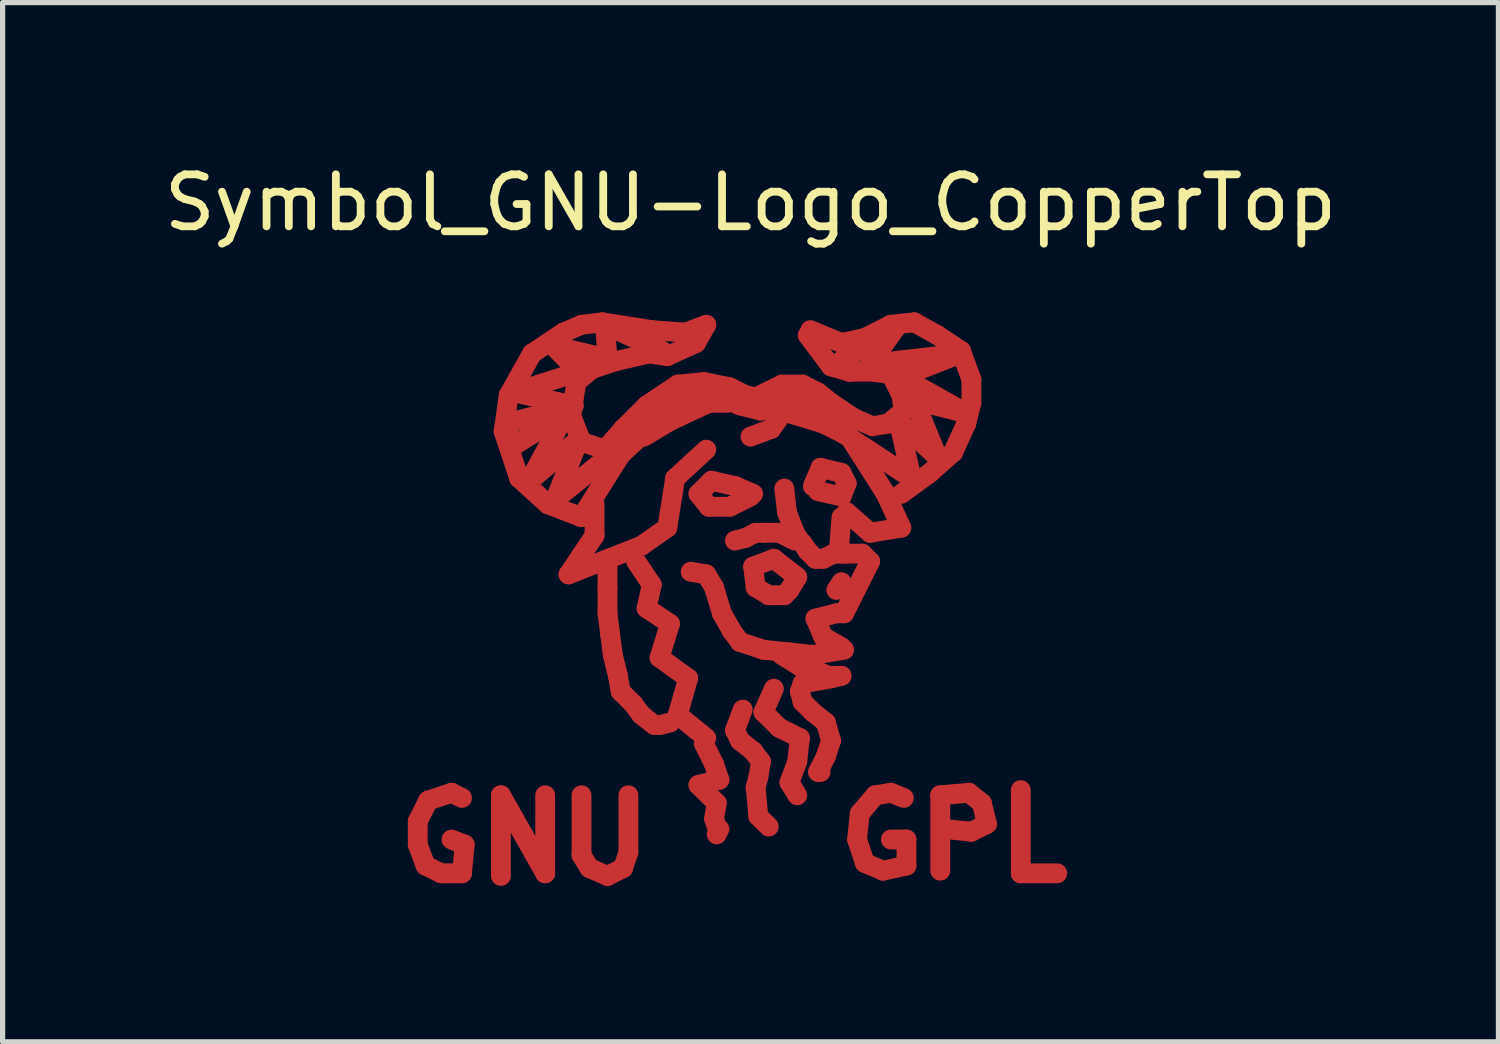
<source format=kicad_pcb>
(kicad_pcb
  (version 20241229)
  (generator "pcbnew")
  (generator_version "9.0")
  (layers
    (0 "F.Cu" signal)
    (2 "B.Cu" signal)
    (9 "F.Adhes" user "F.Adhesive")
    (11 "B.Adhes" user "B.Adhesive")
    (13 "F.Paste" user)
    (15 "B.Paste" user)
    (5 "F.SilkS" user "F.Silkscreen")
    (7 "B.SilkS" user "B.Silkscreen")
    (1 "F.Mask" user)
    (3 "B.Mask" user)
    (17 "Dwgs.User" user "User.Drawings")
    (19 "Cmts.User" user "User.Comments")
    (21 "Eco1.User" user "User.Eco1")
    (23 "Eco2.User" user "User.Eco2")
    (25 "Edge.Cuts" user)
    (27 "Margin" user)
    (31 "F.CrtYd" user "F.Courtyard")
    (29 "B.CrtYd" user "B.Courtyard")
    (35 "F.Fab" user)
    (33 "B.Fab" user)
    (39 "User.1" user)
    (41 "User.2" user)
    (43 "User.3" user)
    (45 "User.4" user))
  (footprint "Symbol_GNU-Logo_CopperTop"
    (layer "F.Cu")
    (at 11.387 6.899)
    (property "Reference" "Symbol_GNU-Logo_CopperTop" (at 0 -6.05 0) (layer "F.SilkS") (effects (font (size 1 1) (thickness 0.15))))
    (attr exclude_from_pos_files exclude_from_bom allow_missing_courtyard)
    (fp_line (start -6.401 5.85) (end -6.401 6.299) (stroke (width 0.381) (type solid)) (layer "F.Cu"))
    (fp_line (start -6.401 6.299) (end -6.251 6.701) (stroke (width 0.381) (type solid)) (layer "F.Cu"))
    (fp_line (start -6.251 6.701) (end -5.951 6.85) (stroke (width 0.381) (type solid)) (layer "F.Cu"))
    (fp_line (start -6.2 5.451) (end -6.401 5.85) (stroke (width 0.381) (type solid)) (layer "F.Cu"))
    (fp_line (start -5.951 6.85) (end -5.55 6.85) (stroke (width 0.381) (type solid)) (layer "F.Cu"))
    (fp_line (start -5.751 5.301) (end -6.2 5.451) (stroke (width 0.381) (type solid)) (layer "F.Cu"))
    (fp_line (start -5.55 5.4) (end -5.751 5.301) (stroke (width 0.381) (type solid)) (layer "F.Cu"))
    (fp_line (start -5.55 6.85) (end -5.499 6.299) (stroke (width 0.381) (type solid)) (layer "F.Cu"))
    (fp_line (start -5.499 6.299) (end -5.751 6.2) (stroke (width 0.381) (type solid)) (layer "F.Cu"))
    (fp_line (start -4.801 5.349) (end -3.95 6.85) (stroke (width 0.381) (type solid)) (layer "F.Cu"))
    (fp_line (start -4.801 6.901) (end -4.801 5.349) (stroke (width 0.381) (type solid)) (layer "F.Cu"))
    (fp_line (start -4.75 -1.651) (end -4.45 -0.749) (stroke (width 0.381) (type solid)) (layer "F.Cu"))
    (fp_line (start -4.699 -1.801) (end -3.401 -2.149) (stroke (width 0.381) (type solid)) (layer "F.Cu"))
    (fp_line (start -4.651 -2.349) (end -4.75 -1.651) (stroke (width 0.381) (type solid)) (layer "F.Cu"))
    (fp_line (start -4.6 -1.349) (end -4.699 -1.801) (stroke (width 0.381) (type solid)) (layer "F.Cu"))
    (fp_line (start -4.549 -2.4) (end -3.299 -2.799) (stroke (width 0.381) (type solid)) (layer "F.Cu"))
    (fp_line (start -4.45 -0.749) (end -3.899 -0.249) (stroke (width 0.381) (type solid)) (layer "F.Cu"))
    (fp_line (start -4.249 -0.701) (end -3.551 -1.999) (stroke (width 0.381) (type solid)) (layer "F.Cu"))
    (fp_line (start -4.201 -3.15) (end -4.651 -2.349) (stroke (width 0.381) (type solid)) (layer "F.Cu"))
    (fp_line (start -3.95 6.85) (end -3.95 5.349) (stroke (width 0.381) (type solid)) (layer "F.Cu"))
    (fp_line (start -3.899 -0.249) (end -3.251 0) (stroke (width 0.381) (type solid)) (layer "F.Cu"))
    (fp_line (start -3.8 -3.299) (end -2.751 -3.051) (stroke (width 0.381) (type solid)) (layer "F.Cu"))
    (fp_line (start -3.749 -0.351) (end -3.299 -1.501) (stroke (width 0.381) (type solid)) (layer "F.Cu"))
    (fp_line (start -3.599 -3.551) (end -4.201 -3.15) (stroke (width 0.381) (type solid)) (layer "F.Cu"))
    (fp_line (start -3.551 -1.999) (end -4.6 -1.349) (stroke (width 0.381) (type solid)) (layer "F.Cu"))
    (fp_line (start -3.5 1.1) (end -2.101 0.551) (stroke (width 0.381) (type solid)) (layer "F.Cu"))
    (fp_line (start -3.449 -1.951) (end -3.35 -2.601) (stroke (width 0.381) (type solid)) (layer "F.Cu"))
    (fp_line (start -3.401 -2.149) (end -4.549 -2.4) (stroke (width 0.381) (type solid)) (layer "F.Cu"))
    (fp_line (start -3.35 -2.601) (end -3.051 -2.85) (stroke (width 0.381) (type solid)) (layer "F.Cu"))
    (fp_line (start -3.299 -2.799) (end -3.8 -3.299) (stroke (width 0.381) (type solid)) (layer "F.Cu"))
    (fp_line (start -3.299 -1.501) (end -4.249 -0.701) (stroke (width 0.381) (type solid)) (layer "F.Cu"))
    (fp_line (start -3.251 -3.701) (end -3.599 -3.551) (stroke (width 0.381) (type solid)) (layer "F.Cu"))
    (fp_line (start -3.251 -1.45) (end -3.449 -1.951) (stroke (width 0.381) (type solid)) (layer "F.Cu"))
    (fp_line (start -3.251 0) (end -2.499 -1.199) (stroke (width 0.381) (type solid)) (layer "F.Cu"))
    (fp_line (start -3.251 5.349) (end -3.251 6.5) (stroke (width 0.381) (type solid)) (layer "F.Cu"))
    (fp_line (start -3.251 6.5) (end -3.099 6.749) (stroke (width 0.381) (type solid)) (layer "F.Cu"))
    (fp_line (start -3.099 6.749) (end -2.751 6.901) (stroke (width 0.381) (type solid)) (layer "F.Cu"))
    (fp_line (start -3.051 -2.85) (end -2.601 -3) (stroke (width 0.381) (type solid)) (layer "F.Cu"))
    (fp_line (start -3 -0.249) (end -3 0.351) (stroke (width 0.381) (type solid)) (layer "F.Cu"))
    (fp_line (start -3 0.351) (end -3.5 1.1) (stroke (width 0.381) (type solid)) (layer "F.Cu"))
    (fp_line (start -2.85 -3.749) (end -3.251 -3.701) (stroke (width 0.381) (type solid)) (layer "F.Cu"))
    (fp_line (start -2.799 -3.701) (end -1.699 -3.2) (stroke (width 0.381) (type solid)) (layer "F.Cu"))
    (fp_line (start -2.799 -1.3) (end -3.251 -1.45) (stroke (width 0.381) (type solid)) (layer "F.Cu"))
    (fp_line (start -2.751 -3.051) (end -2.799 -3.701) (stroke (width 0.381) (type solid)) (layer "F.Cu"))
    (fp_line (start -2.751 -1.151) (end -3.749 -0.351) (stroke (width 0.381) (type solid)) (layer "F.Cu"))
    (fp_line (start -2.751 1.349) (end -2.751 0.851) (stroke (width 0.381) (type solid)) (layer "F.Cu"))
    (fp_line (start -2.751 1.849) (end -2.751 1.349) (stroke (width 0.381) (type solid)) (layer "F.Cu"))
    (fp_line (start -2.751 6.901) (end -2.451 6.749) (stroke (width 0.381) (type solid)) (layer "F.Cu"))
    (fp_line (start -2.7 2.25) (end -2.751 1.849) (stroke (width 0.381) (type solid)) (layer "F.Cu"))
    (fp_line (start -2.649 2.649) (end -2.7 2.25) (stroke (width 0.381) (type solid)) (layer "F.Cu"))
    (fp_line (start -2.601 -3) (end -1.951 -3.15) (stroke (width 0.381) (type solid)) (layer "F.Cu"))
    (fp_line (start -2.55 3.051) (end -2.649 2.649) (stroke (width 0.381) (type solid)) (layer "F.Cu"))
    (fp_line (start -2.499 -1.199) (end -1.801 -1.849) (stroke (width 0.381) (type solid)) (layer "F.Cu"))
    (fp_line (start -2.499 3.35) (end -2.55 3.051) (stroke (width 0.381) (type solid)) (layer "F.Cu"))
    (fp_line (start -2.451 -1.699) (end -2.799 -1.3) (stroke (width 0.381) (type solid)) (layer "F.Cu"))
    (fp_line (start -2.451 6.749) (end -2.349 6.449) (stroke (width 0.381) (type solid)) (layer "F.Cu"))
    (fp_line (start -2.349 6.449) (end -2.349 5.349) (stroke (width 0.381) (type solid)) (layer "F.Cu"))
    (fp_line (start -2.25 3.599) (end -2.499 3.35) (stroke (width 0.381) (type solid)) (layer "F.Cu"))
    (fp_line (start -2.2 0.851) (end -1.9 1.3) (stroke (width 0.381) (type solid)) (layer "F.Cu"))
    (fp_line (start -2.101 0.551) (end -1.6 0.201) (stroke (width 0.381) (type solid)) (layer "F.Cu"))
    (fp_line (start -2.101 3.8) (end -2.25 3.599) (stroke (width 0.381) (type solid)) (layer "F.Cu"))
    (fp_line (start -2.05 -1.549) (end -1.549 -1.849) (stroke (width 0.381) (type solid)) (layer "F.Cu"))
    (fp_line (start -1.999 -2.149) (end -2.451 -1.699) (stroke (width 0.381) (type solid)) (layer "F.Cu"))
    (fp_line (start -1.999 1.75) (end -1.549 2.05) (stroke (width 0.381) (type solid)) (layer "F.Cu"))
    (fp_line (start -1.951 -3.15) (end -1.6 -3.099) (stroke (width 0.381) (type solid)) (layer "F.Cu"))
    (fp_line (start -1.9 -3.599) (end -2.85 -3.749) (stroke (width 0.381) (type solid)) (layer "F.Cu"))
    (fp_line (start -1.9 1.3) (end -1.999 1.75) (stroke (width 0.381) (type solid)) (layer "F.Cu"))
    (fp_line (start -1.849 4) (end -2.101 3.8) (stroke (width 0.381) (type solid)) (layer "F.Cu"))
    (fp_line (start -1.801 -1.849) (end -1.199 -2.301) (stroke (width 0.381) (type solid)) (layer "F.Cu"))
    (fp_line (start -1.75 2.7) (end -1.199 3.099) (stroke (width 0.381) (type solid)) (layer "F.Cu"))
    (fp_line (start -1.75 4) (end -1.549 3.95) (stroke (width 0.381) (type solid)) (layer "F.Cu"))
    (fp_line (start -1.6 -3.099) (end -1.049 -3.35) (stroke (width 0.381) (type solid)) (layer "F.Cu"))
    (fp_line (start -1.6 0.201) (end -1.45 -0.749) (stroke (width 0.381) (type solid)) (layer "F.Cu"))
    (fp_line (start -1.549 -1.849) (end -0.8 -2.2) (stroke (width 0.381) (type solid)) (layer "F.Cu"))
    (fp_line (start -1.549 2.05) (end -1.75 2.7) (stroke (width 0.381) (type solid)) (layer "F.Cu"))
    (fp_line (start -1.45 -0.749) (end -0.851 -1.3) (stroke (width 0.381) (type solid)) (layer "F.Cu"))
    (fp_line (start -1.4 -2.55) (end -1.999 -2.149) (stroke (width 0.381) (type solid)) (layer "F.Cu"))
    (fp_line (start -1.4 3.8) (end -0.851 4.249) (stroke (width 0.381) (type solid)) (layer "F.Cu"))
    (fp_line (start -1.25 -3.551) (end -1.9 -3.599) (stroke (width 0.381) (type solid)) (layer "F.Cu"))
    (fp_line (start -1.199 -2.301) (end -0.65 -2.349) (stroke (width 0.381) (type solid)) (layer "F.Cu"))
    (fp_line (start -1.199 3.099) (end -1.4 3.8) (stroke (width 0.381) (type solid)) (layer "F.Cu"))
    (fp_line (start -1.049 -3.35) (end -0.851 -3.701) (stroke (width 0.381) (type solid)) (layer "F.Cu"))
    (fp_line (start -1.001 -0.45) (end -0.8 -0.201) (stroke (width 0.381) (type solid)) (layer "F.Cu"))
    (fp_line (start -1.001 5.151) (end -0.65 5.499) (stroke (width 0.381) (type solid)) (layer "F.Cu"))
    (fp_line (start -0.899 -2.601) (end -1.4 -2.55) (stroke (width 0.381) (type solid)) (layer "F.Cu"))
    (fp_line (start -0.899 4.351) (end -0.701 4.75) (stroke (width 0.381) (type solid)) (layer "F.Cu"))
    (fp_line (start -0.851 -3.701) (end -1.25 -3.551) (stroke (width 0.381) (type solid)) (layer "F.Cu"))
    (fp_line (start -0.851 1.1) (end -1.151 1.049) (stroke (width 0.381) (type solid)) (layer "F.Cu"))
    (fp_line (start -0.8 -2.2) (end -0.45 -2.2) (stroke (width 0.381) (type solid)) (layer "F.Cu"))
    (fp_line (start -0.8 -0.201) (end -0.399 -0.201) (stroke (width 0.381) (type solid)) (layer "F.Cu"))
    (fp_line (start -0.749 -0.701) (end -1.001 -0.45) (stroke (width 0.381) (type solid)) (layer "F.Cu"))
    (fp_line (start -0.701 1.349) (end -0.851 1.1) (stroke (width 0.381) (type solid)) (layer "F.Cu"))
    (fp_line (start -0.701 4.75) (end -0.599 5.05) (stroke (width 0.381) (type solid)) (layer "F.Cu"))
    (fp_line (start -0.701 5.799) (end -0.65 5.951) (stroke (width 0.381) (type solid)) (layer "F.Cu"))
    (fp_line (start -0.65 -2.349) (end -0.201 -2.149) (stroke (width 0.381) (type solid)) (layer "F.Cu"))
    (fp_line (start -0.65 5.499) (end -0.701 5.799) (stroke (width 0.381) (type solid)) (layer "F.Cu"))
    (fp_line (start -0.599 5.05) (end -1.001 5.151) (stroke (width 0.381) (type solid)) (layer "F.Cu"))
    (fp_line (start -0.599 5.999) (end -0.65 6.101) (stroke (width 0.381) (type solid)) (layer "F.Cu"))
    (fp_line (start -0.551 1.849) (end -0.701 1.349) (stroke (width 0.381) (type solid)) (layer "F.Cu"))
    (fp_line (start -0.399 -2.499) (end -0.899 -2.601) (stroke (width 0.381) (type solid)) (layer "F.Cu"))
    (fp_line (start -0.399 -0.201) (end 0 -0.399) (stroke (width 0.381) (type solid)) (layer "F.Cu"))
    (fp_line (start -0.351 2.2) (end -0.551 1.849) (stroke (width 0.381) (type solid)) (layer "F.Cu"))
    (fp_line (start -0.3 -0.599) (end -0.749 -0.701) (stroke (width 0.381) (type solid)) (layer "F.Cu"))
    (fp_line (start -0.3 4.1) (end -0.201 4.3) (stroke (width 0.381) (type solid)) (layer "F.Cu"))
    (fp_line (start -0.201 -2.149) (end 0.201 -2.05) (stroke (width 0.381) (type solid)) (layer "F.Cu"))
    (fp_line (start -0.201 2.4) (end -0.351 2.2) (stroke (width 0.381) (type solid)) (layer "F.Cu"))
    (fp_line (start -0.201 4.3) (end 0.051 4.501) (stroke (width 0.381) (type solid)) (layer "F.Cu"))
    (fp_line (start -0.15 3.701) (end -0.3 4.1) (stroke (width 0.381) (type solid)) (layer "F.Cu"))
    (fp_line (start -0.099 -2.349) (end -0.399 -2.499) (stroke (width 0.381) (type solid)) (layer "F.Cu"))
    (fp_line (start -0.099 0.399) (end -0.3 0.45) (stroke (width 0.381) (type solid)) (layer "F.Cu"))
    (fp_line (start 0 -1.549) (end 0.399 -1.699) (stroke (width 0.381) (type solid)) (layer "F.Cu"))
    (fp_line (start 0.051 -0.45) (end -0.3 -0.599) (stroke (width 0.381) (type solid)) (layer "F.Cu"))
    (fp_line (start 0.051 0.95) (end 0.099 1.349) (stroke (width 0.381) (type solid)) (layer "F.Cu"))
    (fp_line (start 0.051 4.501) (end 0.201 4.699) (stroke (width 0.381) (type solid)) (layer "F.Cu"))
    (fp_line (start 0.099 -2.301) (end -0.099 -2.349) (stroke (width 0.381) (type solid)) (layer "F.Cu"))
    (fp_line (start 0.099 0.3) (end -0.099 0.399) (stroke (width 0.381) (type solid)) (layer "F.Cu"))
    (fp_line (start 0.099 1.349) (end 0.351 1.501) (stroke (width 0.381) (type solid)) (layer "F.Cu"))
    (fp_line (start 0.099 5.199) (end 0.15 5.751) (stroke (width 0.381) (type solid)) (layer "F.Cu"))
    (fp_line (start 0.15 5.001) (end 0.099 5.199) (stroke (width 0.381) (type solid)) (layer "F.Cu"))
    (fp_line (start 0.15 5.751) (end 0.351 5.951) (stroke (width 0.381) (type solid)) (layer "F.Cu"))
    (fp_line (start 0.201 -2.05) (end 0.65 -2.2) (stroke (width 0.381) (type solid)) (layer "F.Cu"))
    (fp_line (start 0.201 4.699) (end 0.15 5.001) (stroke (width 0.381) (type solid)) (layer "F.Cu"))
    (fp_line (start 0.249 0.3) (end 0.099 0.3) (stroke (width 0.381) (type solid)) (layer "F.Cu"))
    (fp_line (start 0.249 2.55) (end -0.201 2.4) (stroke (width 0.381) (type solid)) (layer "F.Cu"))
    (fp_line (start 0.249 3.749) (end 0.551 4.049) (stroke (width 0.381) (type solid)) (layer "F.Cu"))
    (fp_line (start 0.351 1.501) (end 0.65 1.501) (stroke (width 0.381) (type solid)) (layer "F.Cu"))
    (fp_line (start 0.399 -1.699) (end 0.65 -2.05) (stroke (width 0.381) (type solid)) (layer "F.Cu"))
    (fp_line (start 0.45 0.8) (end 0.051 0.95) (stroke (width 0.381) (type solid)) (layer "F.Cu"))
    (fp_line (start 0.45 3.299) (end 0.249 3.749) (stroke (width 0.381) (type solid)) (layer "F.Cu"))
    (fp_line (start 0.551 0.3) (end 0.249 0.3) (stroke (width 0.381) (type solid)) (layer "F.Cu"))
    (fp_line (start 0.551 4.049) (end 0.95 4.249) (stroke (width 0.381) (type solid)) (layer "F.Cu"))
    (fp_line (start 0.599 -2.55) (end 0.099 -2.301) (stroke (width 0.381) (type solid)) (layer "F.Cu"))
    (fp_line (start 0.599 2.649) (end 1.001 2.901) (stroke (width 0.381) (type solid)) (layer "F.Cu"))
    (fp_line (start 0.65 -2.2) (end 1.1 -2.101) (stroke (width 0.381) (type solid)) (layer "F.Cu"))
    (fp_line (start 0.65 -0.551) (end 0.701 -0.099) (stroke (width 0.381) (type solid)) (layer "F.Cu"))
    (fp_line (start 0.65 1.501) (end 0.749 1.4) (stroke (width 0.381) (type solid)) (layer "F.Cu"))
    (fp_line (start 0.701 -0.099) (end 0.851 0.3) (stroke (width 0.381) (type solid)) (layer "F.Cu"))
    (fp_line (start 0.749 -1.999) (end 1.4 -1.801) (stroke (width 0.381) (type solid)) (layer "F.Cu"))
    (fp_line (start 0.749 1.4) (end 0.899 1.151) (stroke (width 0.381) (type solid)) (layer "F.Cu"))
    (fp_line (start 0.749 2.601) (end 0.249 2.55) (stroke (width 0.381) (type solid)) (layer "F.Cu"))
    (fp_line (start 0.749 5.1) (end 0.899 5.349) (stroke (width 0.381) (type solid)) (layer "F.Cu"))
    (fp_line (start 0.851 -2.301) (end 1.1 -2.25) (stroke (width 0.381) (type solid)) (layer "F.Cu"))
    (fp_line (start 0.851 0.3) (end 0.95 0.45) (stroke (width 0.381) (type solid)) (layer "F.Cu"))
    (fp_line (start 0.851 0.45) (end 0.551 0.3) (stroke (width 0.381) (type solid)) (layer "F.Cu"))
    (fp_line (start 0.899 1.151) (end 0.45 0.8) (stroke (width 0.381) (type solid)) (layer "F.Cu"))
    (fp_line (start 0.899 4.699) (end 0.749 5.1) (stroke (width 0.381) (type solid)) (layer "F.Cu"))
    (fp_line (start 0.95 3.35) (end 1.001 3.551) (stroke (width 0.381) (type solid)) (layer "F.Cu"))
    (fp_line (start 0.95 4.249) (end 0.899 4.699) (stroke (width 0.381) (type solid)) (layer "F.Cu"))
    (fp_line (start 1.001 -2.55) (end 0.599 -2.55) (stroke (width 0.381) (type solid)) (layer "F.Cu"))
    (fp_line (start 1.001 0.5) (end 1.1 0.65) (stroke (width 0.381) (type solid)) (layer "F.Cu"))
    (fp_line (start 1.001 2.901) (end 1.25 2.901) (stroke (width 0.381) (type solid)) (layer "F.Cu"))
    (fp_line (start 1.001 3.2) (end 0.95 3.35) (stroke (width 0.381) (type solid)) (layer "F.Cu"))
    (fp_line (start 1.001 3.551) (end 1.199 3.749) (stroke (width 0.381) (type solid)) (layer "F.Cu"))
    (fp_line (start 1.1 -3.5) (end 1.549 -2.901) (stroke (width 0.381) (type solid)) (layer "F.Cu"))
    (fp_line (start 1.1 -2.101) (end 1.699 -1.801) (stroke (width 0.381) (type solid)) (layer "F.Cu"))
    (fp_line (start 1.1 0.65) (end 1.25 0.8) (stroke (width 0.381) (type solid)) (layer "F.Cu"))
    (fp_line (start 1.151 -3.599) (end 1.75 -3.35) (stroke (width 0.381) (type solid)) (layer "F.Cu"))
    (fp_line (start 1.199 -0.599) (end 1.349 -0.95) (stroke (width 0.381) (type solid)) (layer "F.Cu"))
    (fp_line (start 1.199 2.649) (end 0.749 2.601) (stroke (width 0.381) (type solid)) (layer "F.Cu"))
    (fp_line (start 1.199 3.749) (end 1.45 3.95) (stroke (width 0.381) (type solid)) (layer "F.Cu"))
    (fp_line (start 1.25 0.8) (end 1.4 0.8) (stroke (width 0.381) (type solid)) (layer "F.Cu"))
    (fp_line (start 1.25 1.951) (end 1.4 2.301) (stroke (width 0.381) (type solid)) (layer "F.Cu"))
    (fp_line (start 1.25 2.949) (end 1.501 3.051) (stroke (width 0.381) (type solid)) (layer "F.Cu"))
    (fp_line (start 1.3 -2.4) (end 1.001 -2.55) (stroke (width 0.381) (type solid)) (layer "F.Cu"))
    (fp_line (start 1.3 4.9) (end 1.349 4.9) (stroke (width 0.381) (type solid)) (layer "F.Cu"))
    (fp_line (start 1.349 -0.95) (end 1.75 -0.851) (stroke (width 0.381) (type solid)) (layer "F.Cu"))
    (fp_line (start 1.4 -1.801) (end 1.801 -1.6) (stroke (width 0.381) (type solid)) (layer "F.Cu"))
    (fp_line (start 1.4 0.8) (end 1.6 0.701) (stroke (width 0.381) (type solid)) (layer "F.Cu"))
    (fp_line (start 1.4 2.301) (end 1.75 2.499) (stroke (width 0.381) (type solid)) (layer "F.Cu"))
    (fp_line (start 1.45 3.95) (end 1.549 4.3) (stroke (width 0.381) (type solid)) (layer "F.Cu"))
    (fp_line (start 1.45 4.6) (end 1.3 4.9) (stroke (width 0.381) (type solid)) (layer "F.Cu"))
    (fp_line (start 1.501 3.051) (end 1.75 3.051) (stroke (width 0.381) (type solid)) (layer "F.Cu"))
    (fp_line (start 1.549 -2.901) (end 1.9 -2.799) (stroke (width 0.381) (type solid)) (layer "F.Cu"))
    (fp_line (start 1.549 -2.2) (end 1.3 -2.4) (stroke (width 0.381) (type solid)) (layer "F.Cu"))
    (fp_line (start 1.549 3.099) (end 1.001 3.2) (stroke (width 0.381) (type solid)) (layer "F.Cu"))
    (fp_line (start 1.549 4.3) (end 1.45 4.6) (stroke (width 0.381) (type solid)) (layer "F.Cu"))
    (fp_line (start 1.6 0.701) (end 1.801 0.701) (stroke (width 0.381) (type solid)) (layer "F.Cu"))
    (fp_line (start 1.651 1.849) (end 1.25 1.951) (stroke (width 0.381) (type solid)) (layer "F.Cu"))
    (fp_line (start 1.699 -1.801) (end 1.9 -1.549) (stroke (width 0.381) (type solid)) (layer "F.Cu"))
    (fp_line (start 1.75 -3.35) (end 2.2 -3.449) (stroke (width 0.381) (type solid)) (layer "F.Cu"))
    (fp_line (start 1.75 -0.851) (end 1.849 -0.65) (stroke (width 0.381) (type solid)) (layer "F.Cu"))
    (fp_line (start 1.75 -0.399) (end 1.3 -0.5) (stroke (width 0.381) (type solid)) (layer "F.Cu"))
    (fp_line (start 1.75 0) (end 1.699 0.65) (stroke (width 0.381) (type solid)) (layer "F.Cu"))
    (fp_line (start 1.75 0.701) (end 2.149 0.701) (stroke (width 0.381) (type solid)) (layer "F.Cu"))
    (fp_line (start 1.75 1.25) (end 1.651 1.4) (stroke (width 0.381) (type solid)) (layer "F.Cu"))
    (fp_line (start 1.75 3.051) (end 1.549 3.099) (stroke (width 0.381) (type solid)) (layer "F.Cu"))
    (fp_line (start 1.801 -1.6) (end 3.099 -0.749) (stroke (width 0.381) (type solid)) (layer "F.Cu"))
    (fp_line (start 1.801 1.849) (end 1.651 1.849) (stroke (width 0.381) (type solid)) (layer "F.Cu"))
    (fp_line (start 1.801 2.55) (end 1.199 2.649) (stroke (width 0.381) (type solid)) (layer "F.Cu"))
    (fp_line (start 1.849 -0.65) (end 1.75 -0.399) (stroke (width 0.381) (type solid)) (layer "F.Cu"))
    (fp_line (start 1.9 -2.799) (end 2.349 -2.799) (stroke (width 0.381) (type solid)) (layer "F.Cu"))
    (fp_line (start 1.9 -1.549) (end 2.601 -0.45) (stroke (width 0.381) (type solid)) (layer "F.Cu"))
    (fp_line (start 1.999 -1.9) (end 1.549 -2.2) (stroke (width 0.381) (type solid)) (layer "F.Cu"))
    (fp_line (start 2.05 6.2) (end 2.2 6.65) (stroke (width 0.381) (type solid)) (layer "F.Cu"))
    (fp_line (start 2.101 5.7) (end 2.05 6.2) (stroke (width 0.381) (type solid)) (layer "F.Cu"))
    (fp_line (start 2.149 0.701) (end 2.301 0.851) (stroke (width 0.381) (type solid)) (layer "F.Cu"))
    (fp_line (start 2.2 -3.449) (end 2.7 -3.701) (stroke (width 0.381) (type solid)) (layer "F.Cu"))
    (fp_line (start 2.2 6.65) (end 2.55 6.8) (stroke (width 0.381) (type solid)) (layer "F.Cu"))
    (fp_line (start 2.301 -2.949) (end 2.799 -3.65) (stroke (width 0.381) (type solid)) (layer "F.Cu"))
    (fp_line (start 2.301 0.3) (end 1.849 -0.099) (stroke (width 0.381) (type solid)) (layer "F.Cu"))
    (fp_line (start 2.301 0.851) (end 1.801 1.849) (stroke (width 0.381) (type solid)) (layer "F.Cu"))
    (fp_line (start 2.349 -2.799) (end 2.7 -2.751) (stroke (width 0.381) (type solid)) (layer "F.Cu"))
    (fp_line (start 2.349 -1.75) (end 1.999 -1.9) (stroke (width 0.381) (type solid)) (layer "F.Cu"))
    (fp_line (start 2.4 5.349) (end 2.101 5.7) (stroke (width 0.381) (type solid)) (layer "F.Cu"))
    (fp_line (start 2.55 6.8) (end 3 6.701) (stroke (width 0.381) (type solid)) (layer "F.Cu"))
    (fp_line (start 2.601 -0.45) (end 2.901 0.201) (stroke (width 0.381) (type solid)) (layer "F.Cu"))
    (fp_line (start 2.649 -1.801) (end 2.349 -1.75) (stroke (width 0.381) (type solid)) (layer "F.Cu"))
    (fp_line (start 2.7 -3.701) (end 3.15 -3.749) (stroke (width 0.381) (type solid)) (layer "F.Cu"))
    (fp_line (start 2.7 -2.751) (end 2.901 -2.349) (stroke (width 0.381) (type solid)) (layer "F.Cu"))
    (fp_line (start 2.7 5.301) (end 2.4 5.349) (stroke (width 0.381) (type solid)) (layer "F.Cu"))
    (fp_line (start 2.799 -3.65) (end 1.651 -2.949) (stroke (width 0.381) (type solid)) (layer "F.Cu"))
    (fp_line (start 2.85 -1.849) (end 3.599 -1.151) (stroke (width 0.381) (type solid)) (layer "F.Cu"))
    (fp_line (start 2.901 -2.7) (end 4.049 -3.15) (stroke (width 0.381) (type solid)) (layer "F.Cu"))
    (fp_line (start 2.901 -2.349) (end 2.949 -2.05) (stroke (width 0.381) (type solid)) (layer "F.Cu"))
    (fp_line (start 2.901 0.201) (end 2.301 0.3) (stroke (width 0.381) (type solid)) (layer "F.Cu"))
    (fp_line (start 2.949 -2.05) (end 2.649 -1.801) (stroke (width 0.381) (type solid)) (layer "F.Cu"))
    (fp_line (start 2.949 5.4) (end 2.7 5.301) (stroke (width 0.381) (type solid)) (layer "F.Cu"))
    (fp_line (start 3 6.2) (end 2.7 6.2) (stroke (width 0.381) (type solid)) (layer "F.Cu"))
    (fp_line (start 3 6.701) (end 3 6.2) (stroke (width 0.381) (type solid)) (layer "F.Cu"))
    (fp_line (start 3.099 -0.749) (end 2.85 -1.849) (stroke (width 0.381) (type solid)) (layer "F.Cu"))
    (fp_line (start 3.15 -3.749) (end 3.599 -3.5) (stroke (width 0.381) (type solid)) (layer "F.Cu"))
    (fp_line (start 3.15 -2.25) (end 4.15 -1.999) (stroke (width 0.381) (type solid)) (layer "F.Cu"))
    (fp_line (start 3.449 -0.851) (end 2.901 -0.45) (stroke (width 0.381) (type solid)) (layer "F.Cu"))
    (fp_line (start 3.599 -3.5) (end 4.049 -3.2) (stroke (width 0.381) (type solid)) (layer "F.Cu"))
    (fp_line (start 3.599 -1.151) (end 3.15 -2.25) (stroke (width 0.381) (type solid)) (layer "F.Cu"))
    (fp_line (start 3.65 5.349) (end 4.201 5.301) (stroke (width 0.381) (type solid)) (layer "F.Cu"))
    (fp_line (start 3.65 6.8) (end 3.65 5.349) (stroke (width 0.381) (type solid)) (layer "F.Cu"))
    (fp_line (start 3.899 -1.25) (end 3.449 -0.851) (stroke (width 0.381) (type solid)) (layer "F.Cu"))
    (fp_line (start 4.049 -3.2) (end 4.249 -2.649) (stroke (width 0.381) (type solid)) (layer "F.Cu"))
    (fp_line (start 4.049 -3.15) (end 2.301 -2.949) (stroke (width 0.381) (type solid)) (layer "F.Cu"))
    (fp_line (start 4.15 -1.999) (end 2.901 -2.7) (stroke (width 0.381) (type solid)) (layer "F.Cu"))
    (fp_line (start 4.15 -1.801) (end 3.899 -1.25) (stroke (width 0.381) (type solid)) (layer "F.Cu"))
    (fp_line (start 4.201 5.301) (end 4.45 5.499) (stroke (width 0.381) (type solid)) (layer "F.Cu"))
    (fp_line (start 4.249 -2.649) (end 4.249 -2.2) (stroke (width 0.381) (type solid)) (layer "F.Cu"))
    (fp_line (start 4.249 -2.2) (end 4.15 -1.801) (stroke (width 0.381) (type solid)) (layer "F.Cu"))
    (fp_line (start 4.249 6.05) (end 3.749 5.999) (stroke (width 0.381) (type solid)) (layer "F.Cu"))
    (fp_line (start 4.45 5.499) (end 4.549 5.9) (stroke (width 0.381) (type solid)) (layer "F.Cu"))
    (fp_line (start 4.549 5.9) (end 4.249 6.05) (stroke (width 0.381) (type solid)) (layer "F.Cu"))
    (fp_line (start 5.199 5.25) (end 5.199 6.85) (stroke (width 0.381) (type solid)) (layer "F.Cu"))
    (fp_line (start 5.199 6.85) (end 5.9 6.85) (stroke (width 0.381) (type solid)) (layer "F.Cu")))
  (gr_rect
    (start -3 -3)
    (end 25.774 16.99)
    (stroke (width 0.1) (type default))
    (fill no)
    (layer "Edge.Cuts")))
</source>
